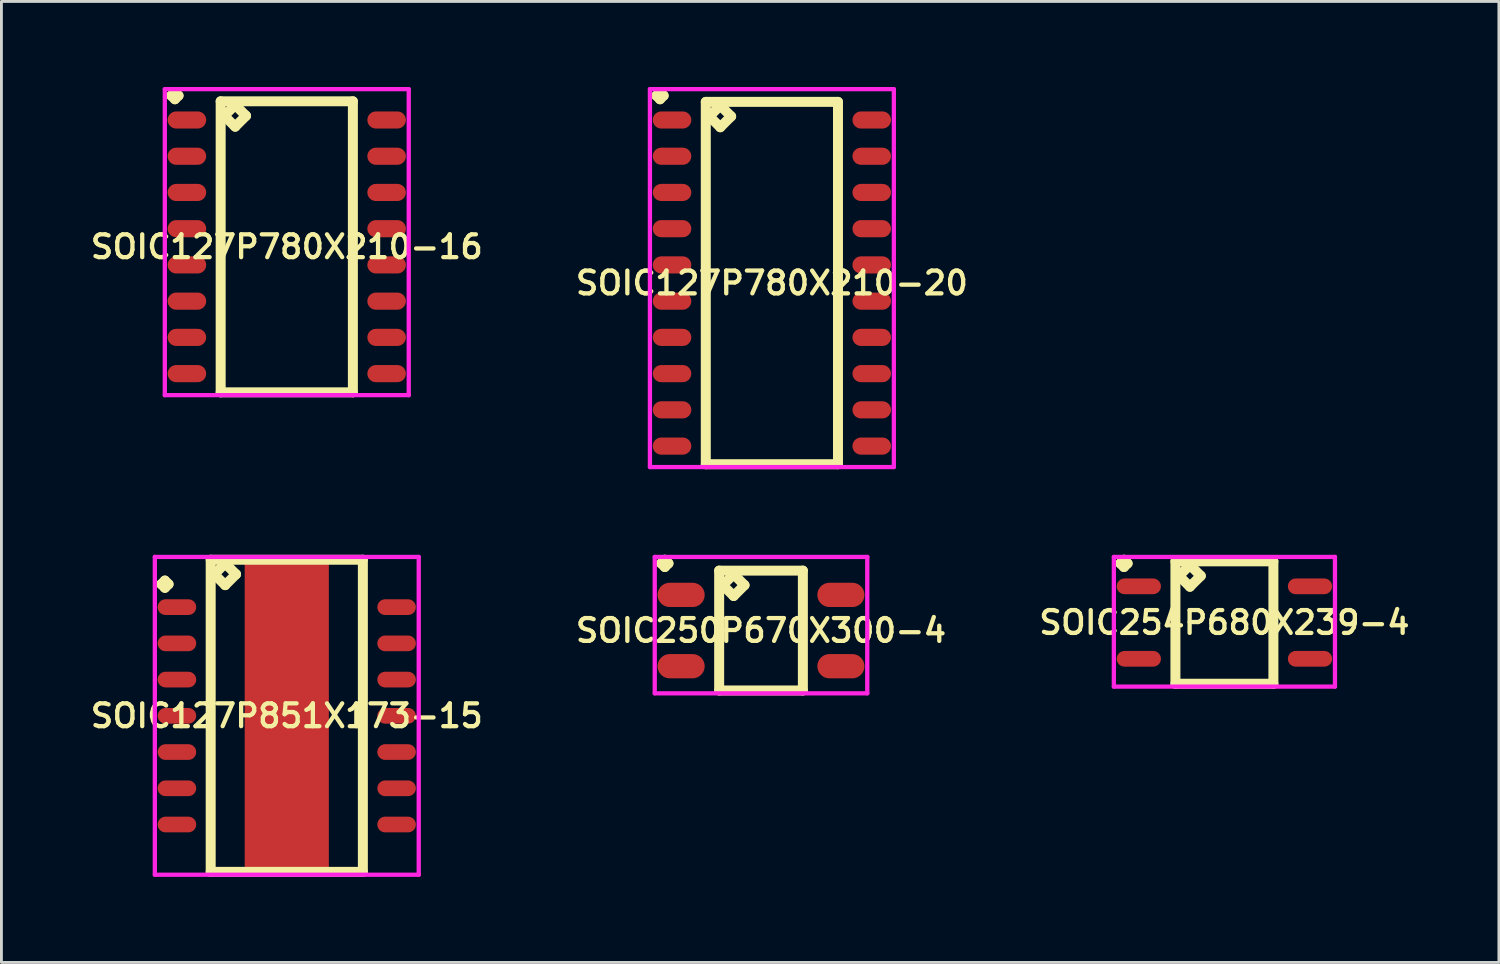
<source format=kicad_pcb>
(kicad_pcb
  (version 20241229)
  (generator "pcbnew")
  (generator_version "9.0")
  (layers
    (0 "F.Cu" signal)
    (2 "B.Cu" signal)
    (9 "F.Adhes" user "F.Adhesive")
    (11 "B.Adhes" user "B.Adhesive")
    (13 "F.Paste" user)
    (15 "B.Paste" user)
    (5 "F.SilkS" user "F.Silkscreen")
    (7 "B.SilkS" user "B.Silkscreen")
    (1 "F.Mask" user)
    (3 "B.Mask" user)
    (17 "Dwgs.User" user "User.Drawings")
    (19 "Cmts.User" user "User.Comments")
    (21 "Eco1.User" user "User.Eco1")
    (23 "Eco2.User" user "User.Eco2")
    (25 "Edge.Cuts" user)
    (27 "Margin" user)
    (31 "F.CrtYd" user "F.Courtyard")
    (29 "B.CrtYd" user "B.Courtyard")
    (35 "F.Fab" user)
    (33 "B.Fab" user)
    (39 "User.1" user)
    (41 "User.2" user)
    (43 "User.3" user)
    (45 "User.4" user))
  (footprint "SOIC127P780X210-20"
    (layer "F.Cu")
    (at 24.006 6.871)
    (property "Reference" "SOIC127P780X210-20" (at 0 0 0) (layer "F.SilkS") (effects (font (size 0.8 0.8) (thickness 0.15))))
    (attr smd)
    (fp_line (start -4.048 -6.569) (end -3.921 -6.696) (stroke (width 0.35) (type solid)) (layer "F.SilkS"))
    (fp_line (start -3.921 -6.696) (end -3.794 -6.569) (stroke (width 0.35) (type solid)) (layer "F.SilkS"))
    (fp_line (start -3.921 -6.442) (end -4.048 -6.569) (stroke (width 0.35) (type solid)) (layer "F.SilkS"))
    (fp_line (start -3.794 -6.569) (end -3.921 -6.442) (stroke (width 0.35) (type solid)) (layer "F.SilkS"))
    (fp_line (start -2.317 -6.35) (end -2.317 6.35) (stroke (width 0.35) (type solid)) (layer "F.SilkS"))
    (fp_line (start -2.317 6.35) (end 2.317 6.35) (stroke (width 0.35) (type solid)) (layer "F.SilkS"))
    (fp_line (start -2.19 -5.842) (end -1.809 -6.223) (stroke (width 0.35) (type solid)) (layer "F.SilkS"))
    (fp_line (start -1.809 -6.223) (end -1.428 -5.842) (stroke (width 0.35) (type solid)) (layer "F.SilkS"))
    (fp_line (start -1.809 -5.461) (end -2.19 -5.842) (stroke (width 0.35) (type solid)) (layer "F.SilkS"))
    (fp_line (start -1.428 -5.842) (end -1.809 -5.461) (stroke (width 0.35) (type solid)) (layer "F.SilkS"))
    (fp_line (start 2.317 -6.35) (end -2.317 -6.35) (stroke (width 0.35) (type solid)) (layer "F.SilkS"))
    (fp_line (start 2.317 6.35) (end 2.317 -6.35) (stroke (width 0.35) (type solid)) (layer "F.SilkS"))
    (fp_line (start -4.275 -6.796) (end 4.275 -6.796) (stroke (width 0.15) (type solid)) (layer "F.CrtYd"))
    (fp_line (start -4.275 6.45) (end -4.275 -6.796) (stroke (width 0.15) (type solid)) (layer "F.CrtYd"))
    (fp_line (start 4.275 -6.796) (end 4.275 6.45) (stroke (width 0.15) (type solid)) (layer "F.CrtYd"))
    (fp_line (start 4.275 6.45) (end -4.275 6.45) (stroke (width 0.15) (type solid)) (layer "F.CrtYd"))
    (pad "1" smd oval (at -3.5 -5.715) (size 1.35 0.6) (layers "F.Cu" "F.Mask" "F.Paste"))
    (pad "2" smd oval (at -3.5 -4.445) (size 1.35 0.6) (layers "F.Cu" "F.Mask" "F.Paste"))
    (pad "3" smd oval (at -3.5 -3.175) (size 1.35 0.6) (layers "F.Cu" "F.Mask" "F.Paste"))
    (pad "4" smd oval (at -3.5 -1.905) (size 1.35 0.6) (layers "F.Cu" "F.Mask" "F.Paste"))
    (pad "5" smd oval (at -3.5 -0.635) (size 1.35 0.6) (layers "F.Cu" "F.Mask" "F.Paste"))
    (pad "6" smd oval (at -3.5 0.635) (size 1.35 0.6) (layers "F.Cu" "F.Mask" "F.Paste"))
    (pad "7" smd oval (at -3.5 1.905) (size 1.35 0.6) (layers "F.Cu" "F.Mask" "F.Paste"))
    (pad "8" smd oval (at -3.5 3.175) (size 1.35 0.6) (layers "F.Cu" "F.Mask" "F.Paste"))
    (pad "9" smd oval (at -3.5 4.445) (size 1.35 0.6) (layers "F.Cu" "F.Mask" "F.Paste"))
    (pad "10" smd oval (at -3.5 5.715) (size 1.35 0.6) (layers "F.Cu" "F.Mask" "F.Paste"))
    (pad "11" smd oval (at 3.5 5.715) (size 1.35 0.6) (layers "F.Cu" "F.Mask" "F.Paste"))
    (pad "12" smd oval (at 3.5 4.445) (size 1.35 0.6) (layers "F.Cu" "F.Mask" "F.Paste"))
    (pad "13" smd oval (at 3.5 3.175) (size 1.35 0.6) (layers "F.Cu" "F.Mask" "F.Paste"))
    (pad "14" smd oval (at 3.5 1.905) (size 1.35 0.6) (layers "F.Cu" "F.Mask" "F.Paste"))
    (pad "15" smd oval (at 3.5 0.635) (size 1.35 0.6) (layers "F.Cu" "F.Mask" "F.Paste"))
    (pad "16" smd oval (at 3.5 -0.635) (size 1.35 0.6) (layers "F.Cu" "F.Mask" "F.Paste"))
    (pad "17" smd oval (at 3.5 -1.905) (size 1.35 0.6) (layers "F.Cu" "F.Mask" "F.Paste"))
    (pad "18" smd oval (at 3.5 -3.175) (size 1.35 0.6) (layers "F.Cu" "F.Mask" "F.Paste"))
    (pad "19" smd oval (at 3.5 -4.445) (size 1.35 0.6) (layers "F.Cu" "F.Mask" "F.Paste"))
    (pad "20" smd oval (at 3.5 -5.715) (size 1.35 0.6) (layers "F.Cu" "F.Mask" "F.Paste")))
  (footprint "SOIC254P680X239-4"
    (layer "F.Cu")
    (at 39.868 18.772)
    (property "Reference" "SOIC254P680X239-4" (at 0 0 0) (layer "F.SilkS") (effects (font (size 0.8 0.8) (thickness 0.15))))
    (attr smd)
    (fp_line (start -3.648 -2.074) (end -3.521 -2.201) (stroke (width 0.35) (type solid)) (layer "F.SilkS"))
    (fp_line (start -3.521 -2.201) (end -3.394 -2.074) (stroke (width 0.35) (type solid)) (layer "F.SilkS"))
    (fp_line (start -3.521 -1.947) (end -3.648 -2.074) (stroke (width 0.35) (type solid)) (layer "F.SilkS"))
    (fp_line (start -3.394 -2.074) (end -3.521 -1.947) (stroke (width 0.35) (type solid)) (layer "F.SilkS"))
    (fp_line (start -1.717 -2.145) (end -1.717 2.145) (stroke (width 0.35) (type solid)) (layer "F.SilkS"))
    (fp_line (start -1.717 2.145) (end 1.717 2.145) (stroke (width 0.35) (type solid)) (layer "F.SilkS"))
    (fp_line (start -1.59 -1.637) (end -1.209 -2.018) (stroke (width 0.35) (type solid)) (layer "F.SilkS"))
    (fp_line (start -1.209 -2.018) (end -0.828 -1.637) (stroke (width 0.35) (type solid)) (layer "F.SilkS"))
    (fp_line (start -1.209 -1.256) (end -1.59 -1.637) (stroke (width 0.35) (type solid)) (layer "F.SilkS"))
    (fp_line (start -0.828 -1.637) (end -1.209 -1.256) (stroke (width 0.35) (type solid)) (layer "F.SilkS"))
    (fp_line (start 1.717 -2.145) (end -1.717 -2.145) (stroke (width 0.35) (type solid)) (layer "F.SilkS"))
    (fp_line (start 1.717 2.145) (end 1.717 -2.145) (stroke (width 0.35) (type solid)) (layer "F.SilkS"))
    (fp_line (start -3.875 -2.301) (end 3.875 -2.301) (stroke (width 0.15) (type solid)) (layer "F.CrtYd"))
    (fp_line (start -3.875 2.245) (end -3.875 -2.301) (stroke (width 0.15) (type solid)) (layer "F.CrtYd"))
    (fp_line (start 3.875 -2.301) (end 3.875 2.245) (stroke (width 0.15) (type solid)) (layer "F.CrtYd"))
    (fp_line (start 3.875 2.245) (end -3.875 2.245) (stroke (width 0.15) (type solid)) (layer "F.CrtYd"))
    (pad "1" smd oval (at -3 -1.27) (size 1.55 0.55) (layers "F.Cu" "F.Mask" "F.Paste"))
    (pad "2" smd oval (at -3 1.27) (size 1.55 0.55) (layers "F.Cu" "F.Mask" "F.Paste"))
    (pad "3" smd oval (at 3 1.27) (size 1.55 0.55) (layers "F.Cu" "F.Mask" "F.Paste"))
    (pad "4" smd oval (at 3 -1.27) (size 1.55 0.55) (layers "F.Cu" "F.Mask" "F.Paste")))
  (footprint "SOIC250P670X300-4"
    (layer "F.Cu")
    (at 23.625 19.052)
    (property "Reference" "SOIC250P670X300-4" (at 0 0 0) (layer "F.SilkS") (effects (font (size 0.8 0.8) (thickness 0.15))))
    (attr smd)
    (fp_line (start -3.498 -2.354) (end -3.371 -2.481) (stroke (width 0.35) (type solid)) (layer "F.SilkS"))
    (fp_line (start -3.371 -2.481) (end -3.244 -2.354) (stroke (width 0.35) (type solid)) (layer "F.SilkS"))
    (fp_line (start -3.371 -2.227) (end -3.498 -2.354) (stroke (width 0.35) (type solid)) (layer "F.SilkS"))
    (fp_line (start -3.244 -2.354) (end -3.371 -2.227) (stroke (width 0.35) (type solid)) (layer "F.SilkS"))
    (fp_line (start -1.467 -2.1) (end -1.467 2.1) (stroke (width 0.35) (type solid)) (layer "F.SilkS"))
    (fp_line (start -1.467 2.1) (end 1.467 2.1) (stroke (width 0.35) (type solid)) (layer "F.SilkS"))
    (fp_line (start -1.34 -1.592) (end -0.959 -1.973) (stroke (width 0.35) (type solid)) (layer "F.SilkS"))
    (fp_line (start -0.959 -1.973) (end -0.578 -1.592) (stroke (width 0.35) (type solid)) (layer "F.SilkS"))
    (fp_line (start -0.959 -1.211) (end -1.34 -1.592) (stroke (width 0.35) (type solid)) (layer "F.SilkS"))
    (fp_line (start -0.578 -1.592) (end -0.959 -1.211) (stroke (width 0.35) (type solid)) (layer "F.SilkS"))
    (fp_line (start 1.467 -2.1) (end -1.467 -2.1) (stroke (width 0.35) (type solid)) (layer "F.SilkS"))
    (fp_line (start 1.467 2.1) (end 1.467 -2.1) (stroke (width 0.35) (type solid)) (layer "F.SilkS"))
    (fp_line (start -3.725 -2.581) (end 3.725 -2.581) (stroke (width 0.15) (type solid)) (layer "F.CrtYd"))
    (fp_line (start -3.725 2.2) (end -3.725 -2.581) (stroke (width 0.15) (type solid)) (layer "F.CrtYd"))
    (fp_line (start 3.725 -2.581) (end 3.725 2.2) (stroke (width 0.15) (type solid)) (layer "F.CrtYd"))
    (fp_line (start 3.725 2.2) (end -3.725 2.2) (stroke (width 0.15) (type solid)) (layer "F.CrtYd"))
    (pad "1" smd oval (at -2.8 -1.25) (size 1.65 0.85) (layers "F.Cu" "F.Mask" "F.Paste"))
    (pad "2" smd oval (at -2.8 1.25) (size 1.65 0.85) (layers "F.Cu" "F.Mask" "F.Paste"))
    (pad "3" smd oval (at 2.8 1.25) (size 1.65 0.85) (layers "F.Cu" "F.Mask" "F.Paste"))
    (pad "4" smd oval (at 2.8 -1.25) (size 1.65 0.85) (layers "F.Cu" "F.Mask" "F.Paste")))
  (footprint "SOIC127P780X210-16"
    (layer "F.Cu")
    (at 7.002 5.601)
    (property "Reference" "SOIC127P780X210-16" (at 0 0 0) (layer "F.SilkS") (effects (font (size 0.8 0.8) (thickness 0.15))))
    (attr smd)
    (fp_line (start -4.048 -5.299) (end -3.921 -5.426) (stroke (width 0.35) (type solid)) (layer "F.SilkS"))
    (fp_line (start -3.921 -5.426) (end -3.794 -5.299) (stroke (width 0.35) (type solid)) (layer "F.SilkS"))
    (fp_line (start -3.921 -5.172) (end -4.048 -5.299) (stroke (width 0.35) (type solid)) (layer "F.SilkS"))
    (fp_line (start -3.794 -5.299) (end -3.921 -5.172) (stroke (width 0.35) (type solid)) (layer "F.SilkS"))
    (fp_line (start -2.317 -5.1) (end -2.317 5.1) (stroke (width 0.35) (type solid)) (layer "F.SilkS"))
    (fp_line (start -2.317 5.1) (end 2.317 5.1) (stroke (width 0.35) (type solid)) (layer "F.SilkS"))
    (fp_line (start -2.19 -4.592) (end -1.809 -4.973) (stroke (width 0.35) (type solid)) (layer "F.SilkS"))
    (fp_line (start -1.809 -4.973) (end -1.428 -4.592) (stroke (width 0.35) (type solid)) (layer "F.SilkS"))
    (fp_line (start -1.809 -4.211) (end -2.19 -4.592) (stroke (width 0.35) (type solid)) (layer "F.SilkS"))
    (fp_line (start -1.428 -4.592) (end -1.809 -4.211) (stroke (width 0.35) (type solid)) (layer "F.SilkS"))
    (fp_line (start 2.317 -5.1) (end -2.317 -5.1) (stroke (width 0.35) (type solid)) (layer "F.SilkS"))
    (fp_line (start 2.317 5.1) (end 2.317 -5.1) (stroke (width 0.35) (type solid)) (layer "F.SilkS"))
    (fp_line (start -4.275 -5.526) (end 4.275 -5.526) (stroke (width 0.15) (type solid)) (layer "F.CrtYd"))
    (fp_line (start -4.275 5.2) (end -4.275 -5.526) (stroke (width 0.15) (type solid)) (layer "F.CrtYd"))
    (fp_line (start 4.275 -5.526) (end 4.275 5.2) (stroke (width 0.15) (type solid)) (layer "F.CrtYd"))
    (fp_line (start 4.275 5.2) (end -4.275 5.2) (stroke (width 0.15) (type solid)) (layer "F.CrtYd"))
    (pad "1" smd oval (at -3.5 -4.445) (size 1.35 0.6) (layers "F.Cu" "F.Mask" "F.Paste"))
    (pad "2" smd oval (at -3.5 -3.175) (size 1.35 0.6) (layers "F.Cu" "F.Mask" "F.Paste"))
    (pad "3" smd oval (at -3.5 -1.905) (size 1.35 0.6) (layers "F.Cu" "F.Mask" "F.Paste"))
    (pad "4" smd oval (at -3.5 -0.635) (size 1.35 0.6) (layers "F.Cu" "F.Mask" "F.Paste"))
    (pad "5" smd oval (at -3.5 0.635) (size 1.35 0.6) (layers "F.Cu" "F.Mask" "F.Paste"))
    (pad "6" smd oval (at -3.5 1.905) (size 1.35 0.6) (layers "F.Cu" "F.Mask" "F.Paste"))
    (pad "7" smd oval (at -3.5 3.175) (size 1.35 0.6) (layers "F.Cu" "F.Mask" "F.Paste"))
    (pad "8" smd oval (at -3.5 4.445) (size 1.35 0.6) (layers "F.Cu" "F.Mask" "F.Paste"))
    (pad "9" smd oval (at 3.5 4.445) (size 1.35 0.6) (layers "F.Cu" "F.Mask" "F.Paste"))
    (pad "10" smd oval (at 3.5 3.175) (size 1.35 0.6) (layers "F.Cu" "F.Mask" "F.Paste"))
    (pad "11" smd oval (at 3.5 1.905) (size 1.35 0.6) (layers "F.Cu" "F.Mask" "F.Paste"))
    (pad "12" smd oval (at 3.5 0.635) (size 1.35 0.6) (layers "F.Cu" "F.Mask" "F.Paste"))
    (pad "13" smd oval (at 3.5 -0.635) (size 1.35 0.6) (layers "F.Cu" "F.Mask" "F.Paste"))
    (pad "14" smd oval (at 3.5 -1.905) (size 1.35 0.6) (layers "F.Cu" "F.Mask" "F.Paste"))
    (pad "15" smd oval (at 3.5 -3.175) (size 1.35 0.6) (layers "F.Cu" "F.Mask" "F.Paste"))
    (pad "16" smd oval (at 3.5 -4.445) (size 1.35 0.6) (layers "F.Cu" "F.Mask" "F.Paste")))
  (footprint "SOIC127P851X173-15"
    (layer "F.Cu")
    (at 7.002 22.041)
    (property "Reference" "SOIC127P851X173-15" (at 0 0 0) (layer "F.SilkS") (effects (font (size 0.8 0.8) (thickness 0.15))))
    (attr smd)
    (fp_line (start -4.398 -4.614) (end -4.271 -4.741) (stroke (width 0.35) (type solid)) (layer "F.SilkS"))
    (fp_line (start -4.271 -4.741) (end -4.144 -4.614) (stroke (width 0.35) (type solid)) (layer "F.SilkS"))
    (fp_line (start -4.271 -4.487) (end -4.398 -4.614) (stroke (width 0.35) (type solid)) (layer "F.SilkS"))
    (fp_line (start -4.144 -4.614) (end -4.271 -4.487) (stroke (width 0.35) (type solid)) (layer "F.SilkS"))
    (fp_line (start -2.667 -5.47) (end -2.667 5.47) (stroke (width 0.35) (type solid)) (layer "F.SilkS"))
    (fp_line (start -2.667 5.47) (end 2.667 5.47) (stroke (width 0.35) (type solid)) (layer "F.SilkS"))
    (fp_line (start -2.54 -4.962) (end -2.159 -5.343) (stroke (width 0.35) (type solid)) (layer "F.SilkS"))
    (fp_line (start -2.159 -5.343) (end -1.778 -4.962) (stroke (width 0.35) (type solid)) (layer "F.SilkS"))
    (fp_line (start -2.159 -4.581) (end -2.54 -4.962) (stroke (width 0.35) (type solid)) (layer "F.SilkS"))
    (fp_line (start -1.778 -4.962) (end -2.159 -4.581) (stroke (width 0.35) (type solid)) (layer "F.SilkS"))
    (fp_line (start 2.667 -5.47) (end -2.667 -5.47) (stroke (width 0.35) (type solid)) (layer "F.SilkS"))
    (fp_line (start 2.667 5.47) (end 2.667 -5.47) (stroke (width 0.35) (type solid)) (layer "F.SilkS"))
    (fp_line (start -4.625 -5.57) (end 4.625 -5.57) (stroke (width 0.15) (type solid)) (layer "F.CrtYd"))
    (fp_line (start -4.625 5.57) (end -4.625 -5.57) (stroke (width 0.15) (type solid)) (layer "F.CrtYd"))
    (fp_line (start 4.625 -5.57) (end 4.625 5.57) (stroke (width 0.15) (type solid)) (layer "F.CrtYd"))
    (fp_line (start 4.625 5.57) (end -4.625 5.57) (stroke (width 0.15) (type solid)) (layer "F.CrtYd"))
    (pad "1" smd oval (at -3.85 -3.81) (size 1.35 0.55) (layers "F.Cu" "F.Mask" "F.Paste"))
    (pad "2" smd oval (at -3.85 -2.54) (size 1.35 0.55) (layers "F.Cu" "F.Mask" "F.Paste"))
    (pad "3" smd oval (at -3.85 -1.27) (size 1.35 0.55) (layers "F.Cu" "F.Mask" "F.Paste"))
    (pad "4" smd oval (at -3.85 0) (size 1.35 0.55) (layers "F.Cu" "F.Mask" "F.Paste"))
    (pad "5" smd oval (at -3.85 1.27) (size 1.35 0.55) (layers "F.Cu" "F.Mask" "F.Paste"))
    (pad "6" smd oval (at -3.85 2.54) (size 1.35 0.55) (layers "F.Cu" "F.Mask" "F.Paste"))
    (pad "7" smd oval (at -3.85 3.81) (size 1.35 0.55) (layers "F.Cu" "F.Mask" "F.Paste"))
    (pad "8" smd oval (at 3.85 3.81) (size 1.35 0.55) (layers "F.Cu" "F.Mask" "F.Paste"))
    (pad "9" smd oval (at 3.85 2.54) (size 1.35 0.55) (layers "F.Cu" "F.Mask" "F.Paste"))
    (pad "10" smd oval (at 3.85 1.27) (size 1.35 0.55) (layers "F.Cu" "F.Mask" "F.Paste"))
    (pad "11" smd oval (at 3.85 0) (size 1.35 0.55) (layers "F.Cu" "F.Mask" "F.Paste"))
    (pad "12" smd oval (at 3.85 -1.27) (size 1.35 0.55) (layers "F.Cu" "F.Mask" "F.Paste"))
    (pad "13" smd oval (at 3.85 -2.54) (size 1.35 0.55) (layers "F.Cu" "F.Mask" "F.Paste"))
    (pad "14" smd oval (at 3.85 -3.81) (size 1.35 0.55) (layers "F.Cu" "F.Mask" "F.Paste"))
    (pad "15" smd rect (at 0 0) (size 2.95 10.9) (layers "F.Cu" "F.Mask" "F.Paste")))
  (gr_rect
    (start -3 -3)
    (end 49.489 30.686)
    (stroke (width 0.1) (type default))
    (fill no)
    (layer "Edge.Cuts")))
</source>
